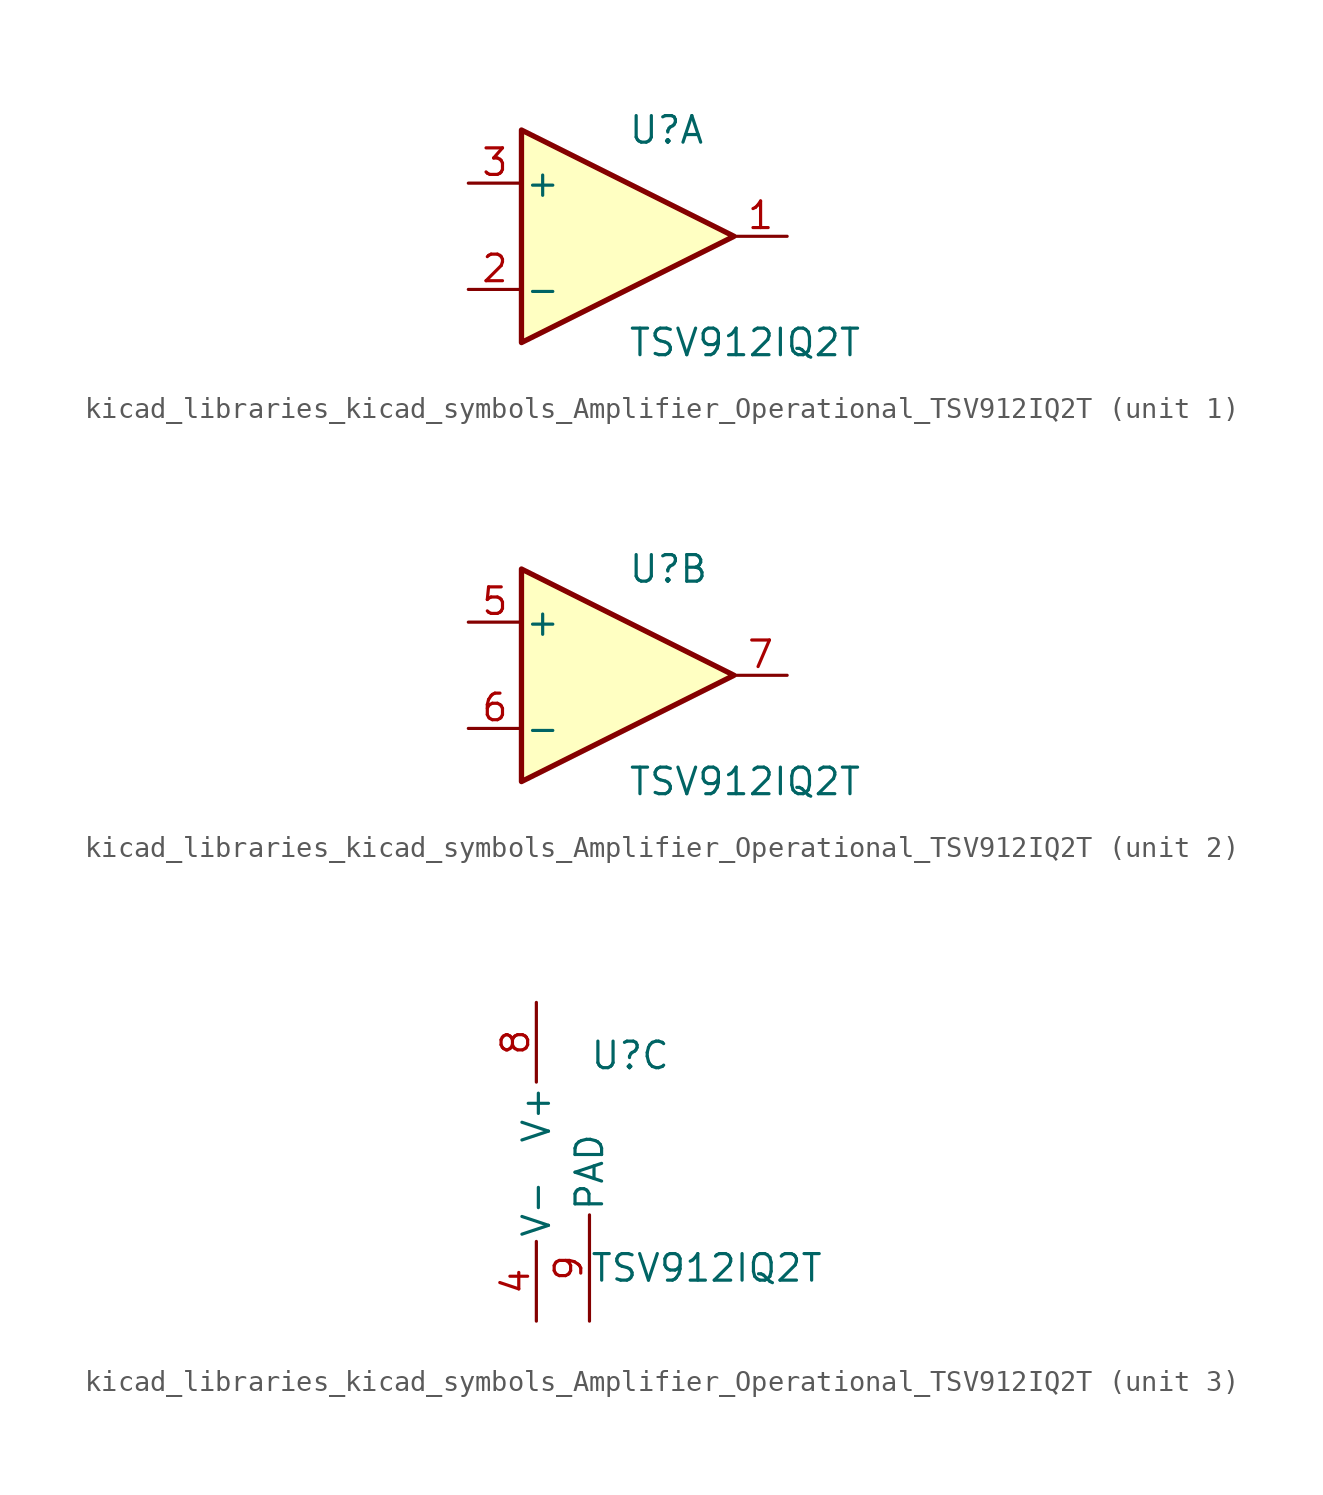
<source format=kicad_sym>
(kicad_symbol_lib
  (version 20220914)
  (generator kicad_symbol_editor)
  (symbol "kicad_libraries_kicad_symbols_Amplifier_Operational_TSV912IQ2T"
    (pin_names
      (offset 0.127))
    (property "Reference" "U"
      (at 0 5.08 0)
      (effects (font (size 1.27 1.27)) (justify left)))
    (property "Value" "TSV912IQ2T"
      (at 0 -5.08 0)
      (effects (font (size 1.27 1.27)) (justify left)))
    (property "ki_locked" ""
      (at 0 0 0)
      (effects (font (size 1.27 1.27))))
    (symbol "kicad_libraries_kicad_symbols_Amplifier_Operational_TSV912IQ2T_1_1"
      (polyline (pts (xy -5.08 5.08) (xy 5.08 0) (xy -5.08 -5.08) (xy -5.08 5.08)) (stroke (width 0.254) (type default)) (fill (type background)))
      (pin output line (at 7.62 0 180) (length 2.54) (name "~" (effects (font (size 1.27 1.27)))) (number "1" (effects (font (size 1.27 1.27)))))
      (pin input line (at -7.62 -2.54 0) (length 2.54) (name "-" (effects (font (size 1.27 1.27)))) (number "2" (effects (font (size 1.27 1.27)))))
      (pin input line (at -7.62 2.54 0) (length 2.54) (name "+" (effects (font (size 1.27 1.27)))) (number "3" (effects (font (size 1.27 1.27))))))
    (symbol "kicad_libraries_kicad_symbols_Amplifier_Operational_TSV912IQ2T_2_1"
      (polyline (pts (xy -5.08 5.08) (xy 5.08 0) (xy -5.08 -5.08) (xy -5.08 5.08)) (stroke (width 0.254) (type default)) (fill (type background)))
      (pin input line (at -7.62 2.54 0) (length 2.54) (name "+" (effects (font (size 1.27 1.27)))) (number "5" (effects (font (size 1.27 1.27)))))
      (pin input line (at -7.62 -2.54 0) (length 2.54) (name "-" (effects (font (size 1.27 1.27)))) (number "6" (effects (font (size 1.27 1.27)))))
      (pin output line (at 7.62 0 180) (length 2.54) (name "~" (effects (font (size 1.27 1.27)))) (number "7" (effects (font (size 1.27 1.27))))))
    (symbol "kicad_libraries_kicad_symbols_Amplifier_Operational_TSV912IQ2T_3_1"
      (pin power_in line (at -2.54 -7.62 90) (length 3.81) (name "V-" (effects (font (size 1.27 1.27)))) (number "4" (effects (font (size 1.27 1.27)))))
      (pin power_in line (at -2.54 7.62 270) (length 3.81) (name "V+" (effects (font (size 1.27 1.27)))) (number "8" (effects (font (size 1.27 1.27)))))
      (pin power_in line (at 0 -7.62 90) (length 5.08) (name "PAD" (effects (font (size 1.27 1.27)))) (number "9" (effects (font (size 1.27 1.27))))))))
</source>
